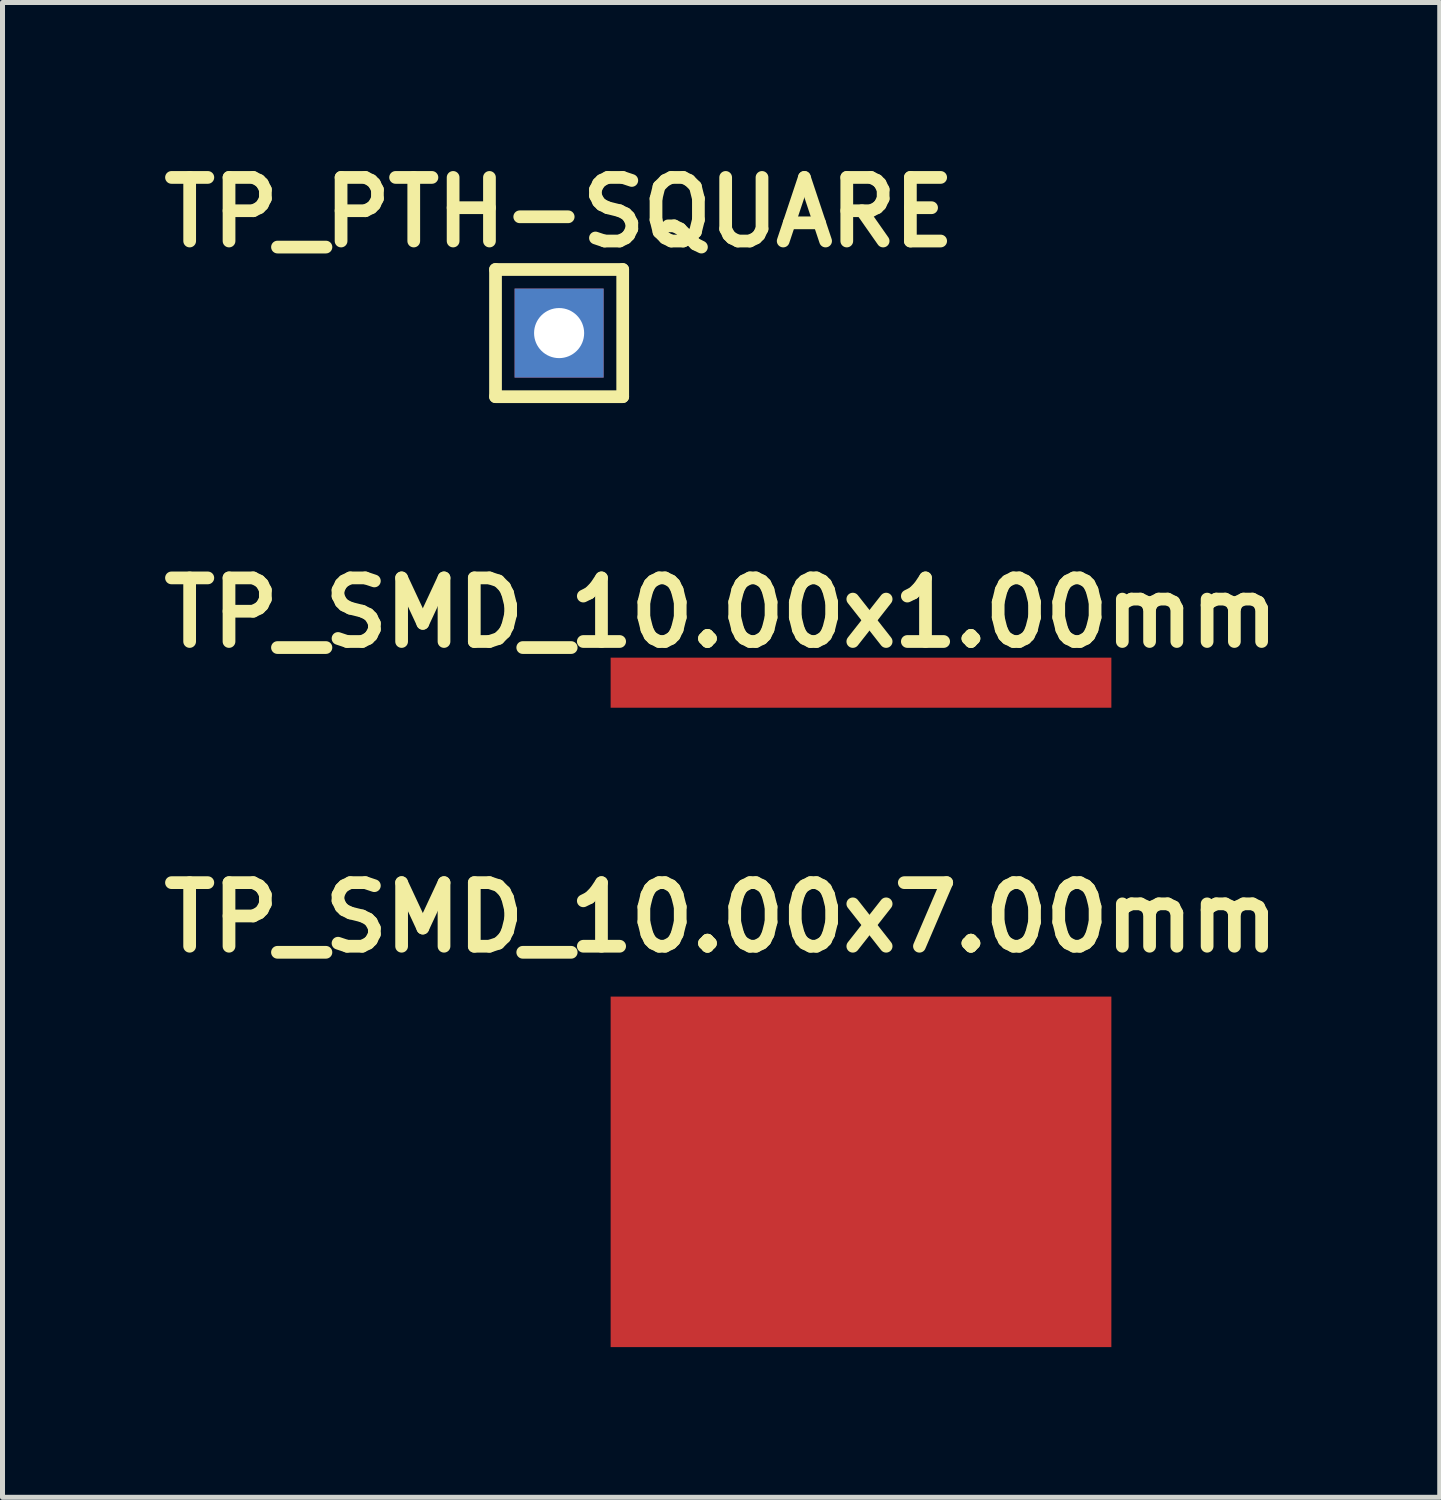
<source format=kicad_pcb>
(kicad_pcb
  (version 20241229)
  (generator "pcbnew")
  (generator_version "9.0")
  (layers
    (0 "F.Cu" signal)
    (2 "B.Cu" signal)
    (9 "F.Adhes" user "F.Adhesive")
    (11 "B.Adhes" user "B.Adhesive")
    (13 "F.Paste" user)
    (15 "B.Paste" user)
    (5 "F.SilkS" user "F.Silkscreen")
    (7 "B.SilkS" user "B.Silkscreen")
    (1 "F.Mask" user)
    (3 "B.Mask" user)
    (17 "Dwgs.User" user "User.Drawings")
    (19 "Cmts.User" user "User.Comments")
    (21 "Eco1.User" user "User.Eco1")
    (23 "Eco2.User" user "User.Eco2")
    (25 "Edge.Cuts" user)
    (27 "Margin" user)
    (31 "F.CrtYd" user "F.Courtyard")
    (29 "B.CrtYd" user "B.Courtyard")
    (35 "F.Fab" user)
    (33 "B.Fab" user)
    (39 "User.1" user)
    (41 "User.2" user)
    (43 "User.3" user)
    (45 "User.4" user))
  (footprint "TP_PTH-SQUARE"
    (layer "F.Cu")
    (at 8.116 3.602)
    (property "Reference" "TP_PTH-SQUARE" (at 0 -2.413 0) (layer "F.SilkS") (effects (font (size 1.27 1.27) (thickness 0.254))))
    (attr through_hole)
    (fp_line (start -1.27 1.27) (end -1.27 -1.27) (stroke (width 0.254) (type solid)) (layer "F.SilkS"))
    (fp_line (start 1.27 -1.27) (end -1.27 -1.27) (stroke (width 0.254) (type solid)) (layer "F.SilkS"))
    (fp_line (start 1.27 1.27) (end -1.27 1.27) (stroke (width 0.254) (type solid)) (layer "F.SilkS"))
    (fp_line (start 1.27 1.27) (end 1.27 -1.27) (stroke (width 0.254) (type solid)) (layer "F.SilkS"))
    (pad "1" thru_hole rect (at 0 0 90) (size 1.778 1.778) (drill 1) (layers "*.Cu" "*.Mask")))
  (footprint "TP_SMD_10.00x7.00mm"
    (layer "F.Cu")
    (at 14.145 20.353)
    (property "Reference" "TP_SMD_10.00x7.00mm" (at -2.794 -5.08 0) (layer "F.SilkS") (effects (font (size 1.27 1.27) (thickness 0.254))))
    (attr smd)
    (pad "1" smd rect (at 0 0) (size 10 7) (layers "F.Cu" "F.Mask")))
  (footprint "TP_SMD_10.00x1.00mm"
    (layer "F.Cu")
    (at 14.145 10.584)
    (property "Reference" "TP_SMD_10.00x1.00mm" (at -2.794 -1.397 0) (layer "F.SilkS") (effects (font (size 1.27 1.27) (thickness 0.254))))
    (attr smd)
    (pad "1" smd rect (at 0 0) (size 10 1) (layers "F.Cu" "F.Mask")))
  (gr_rect
    (start -3 -3)
    (end 25.703 26.853)
    (stroke (width 0.1) (type default))
    (fill no)
    (layer "Edge.Cuts")))
</source>
